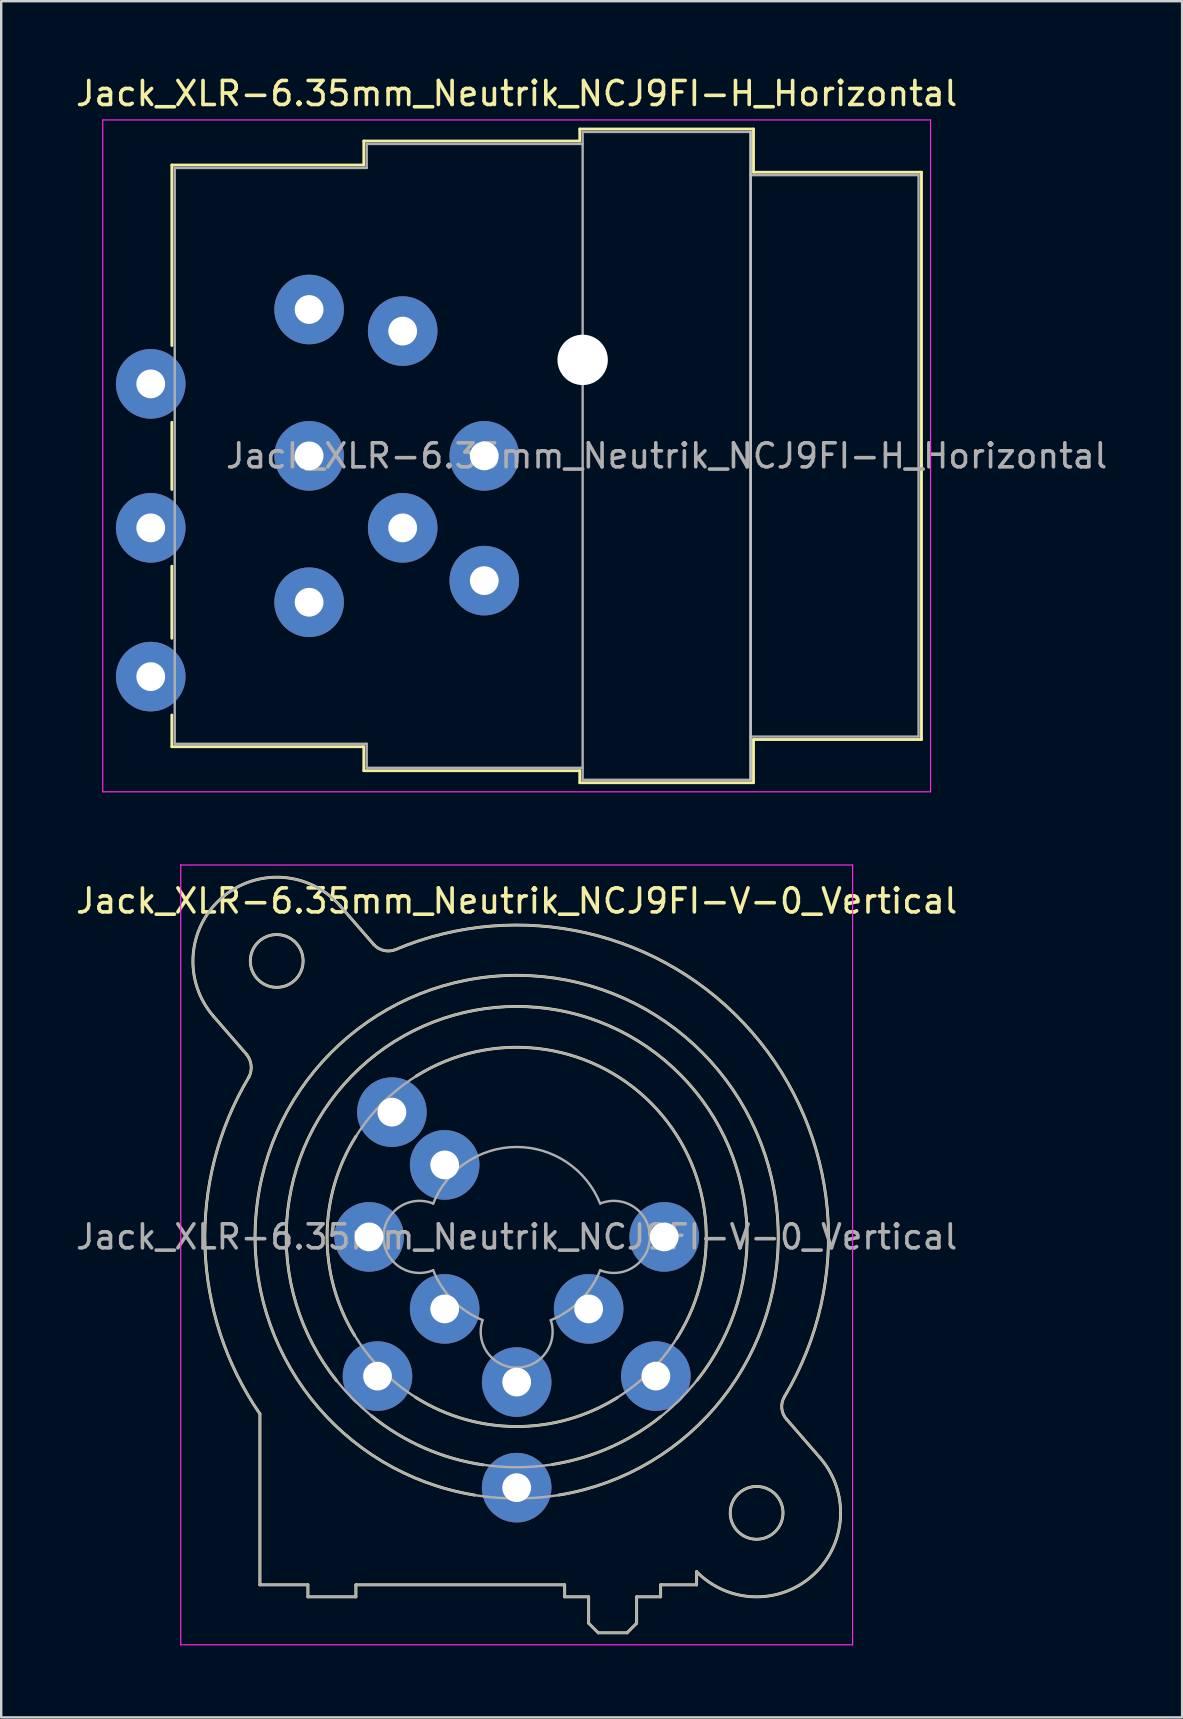
<source format=kicad_pcb>
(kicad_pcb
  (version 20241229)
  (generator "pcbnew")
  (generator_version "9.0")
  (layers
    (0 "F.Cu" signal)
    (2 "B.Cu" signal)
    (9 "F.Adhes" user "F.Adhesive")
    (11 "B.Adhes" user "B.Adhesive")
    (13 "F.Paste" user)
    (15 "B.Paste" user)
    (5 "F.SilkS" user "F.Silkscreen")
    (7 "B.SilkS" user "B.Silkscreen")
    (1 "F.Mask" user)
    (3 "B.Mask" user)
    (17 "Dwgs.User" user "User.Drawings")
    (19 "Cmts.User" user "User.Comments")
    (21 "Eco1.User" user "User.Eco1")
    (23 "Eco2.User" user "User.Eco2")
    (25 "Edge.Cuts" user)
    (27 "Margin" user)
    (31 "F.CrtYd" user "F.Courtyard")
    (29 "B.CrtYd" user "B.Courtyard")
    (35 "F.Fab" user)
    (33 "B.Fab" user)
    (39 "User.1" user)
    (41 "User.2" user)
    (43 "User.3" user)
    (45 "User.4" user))
  (footprint "Jack_XLR-6.35mm_Neutrik_NCJ9FI-H_Horizontal"
    (layer "F.Cu")
    (at 9.832 9.848)
    (property "Reference" "Jack_XLR-6.35mm_Neutrik_NCJ9FI-H_Horizontal" (at 8.65 -9 0) (layer "F.SilkS") (effects (font (size 1 1) (thickness 0.15))))
    (attr through_hole)
    (fp_line (start -5.72 -6.02) (end -5.72 1.5) (stroke (width 0.12) (type solid)) (layer "F.SilkS"))
    (fp_line (start -5.72 4.7) (end -5.72 7.5) (stroke (width 0.12) (type solid)) (layer "F.SilkS"))
    (fp_line (start -5.72 10.7) (end -5.72 13.7) (stroke (width 0.12) (type solid)) (layer "F.SilkS"))
    (fp_line (start -5.72 16.9) (end -5.72 18.22) (stroke (width 0.12) (type solid)) (layer "F.SilkS"))
    (fp_line (start 2.28 -7.02) (end 2.28 -6.02) (stroke (width 0.12) (type solid)) (layer "F.SilkS"))
    (fp_line (start 2.28 -6.02) (end -5.72 -6.02) (stroke (width 0.12) (type solid)) (layer "F.SilkS"))
    (fp_line (start 2.28 18.22) (end -5.72 18.22) (stroke (width 0.12) (type solid)) (layer "F.SilkS"))
    (fp_line (start 2.28 19.22) (end 2.28 18.22) (stroke (width 0.12) (type solid)) (layer "F.SilkS"))
    (fp_line (start 11.28 -7.02) (end 2.28 -7.02) (stroke (width 0.12) (type solid)) (layer "F.SilkS"))
    (fp_line (start 11.28 -7.02) (end 11.28 -7.52) (stroke (width 0.12) (type solid)) (layer "F.SilkS"))
    (fp_line (start 11.28 19.22) (end 2.28 19.22) (stroke (width 0.12) (type solid)) (layer "F.SilkS"))
    (fp_line (start 11.28 19.72) (end 11.28 19.22) (stroke (width 0.12) (type solid)) (layer "F.SilkS"))
    (fp_line (start 18.52 -7.52) (end 11.28 -7.52) (stroke (width 0.12) (type solid)) (layer "F.SilkS"))
    (fp_line (start 18.52 -7.52) (end 18.52 -5.72) (stroke (width 0.12) (type solid)) (layer "F.SilkS"))
    (fp_line (start 18.52 -5.72) (end 25.52 -5.72) (stroke (width 0.12) (type solid)) (layer "F.SilkS"))
    (fp_line (start 18.52 17.92) (end 18.52 19.72) (stroke (width 0.12) (type solid)) (layer "F.SilkS"))
    (fp_line (start 18.52 17.92) (end 25.52 17.92) (stroke (width 0.12) (type solid)) (layer "F.SilkS"))
    (fp_line (start 18.52 19.72) (end 11.28 19.72) (stroke (width 0.12) (type solid)) (layer "F.SilkS"))
    (fp_line (start 25.52 -5.72) (end 25.52 17.92) (stroke (width 0.12) (type solid)) (layer "F.SilkS"))
    (fp_line (start 18.4 -7.4) (end 18.4 19.6) (stroke (width 0.1) (type solid)) (layer "Dwgs.User"))
    (fp_line (start -8.6 -7.9) (end -8.6 20.1) (stroke (width 0.05) (type solid)) (layer "F.CrtYd"))
    (fp_line (start 25.9 -7.9) (end -8.6 -7.9) (stroke (width 0.05) (type solid)) (layer "F.CrtYd"))
    (fp_line (start 25.9 -7.9) (end 25.9 20.1) (stroke (width 0.05) (type solid)) (layer "F.CrtYd"))
    (fp_line (start 25.9 20.1) (end -8.6 20.1) (stroke (width 0.05) (type solid)) (layer "F.CrtYd"))
    (fp_line (start -5.6 -5.9) (end -5.6 18.1) (stroke (width 0.1) (type solid)) (layer "F.Fab"))
    (fp_line (start -5.6 18.1) (end 2.4 18.1) (stroke (width 0.1) (type solid)) (layer "F.Fab"))
    (fp_line (start 2.4 -6.9) (end 2.4 -5.9) (stroke (width 0.1) (type solid)) (layer "F.Fab"))
    (fp_line (start 2.4 -5.9) (end -5.6 -5.9) (stroke (width 0.1) (type solid)) (layer "F.Fab"))
    (fp_line (start 2.4 18.1) (end 2.4 19.1) (stroke (width 0.1) (type solid)) (layer "F.Fab"))
    (fp_line (start 2.4 19.1) (end 11.4 19.1) (stroke (width 0.1) (type solid)) (layer "F.Fab"))
    (fp_line (start 11.4 -7.4) (end 18.4 -7.4) (stroke (width 0.1) (type solid)) (layer "F.Fab"))
    (fp_line (start 11.4 -6.9) (end 2.4 -6.9) (stroke (width 0.1) (type solid)) (layer "F.Fab"))
    (fp_line (start 11.4 19.6) (end 11.4 -7.4) (stroke (width 0.1) (type solid)) (layer "F.Fab"))
    (fp_line (start 18.4 -7.4) (end 18.4 19.6) (stroke (width 0.1) (type solid)) (layer "F.Fab"))
    (fp_line (start 18.4 -5.6) (end 25.4 -5.6) (stroke (width 0.1) (type solid)) (layer "F.Fab"))
    (fp_line (start 18.4 19.6) (end 11.4 19.6) (stroke (width 0.1) (type solid)) (layer "F.Fab"))
    (fp_line (start 25.4 -5.6) (end 25.4 17.8) (stroke (width 0.1) (type solid)) (layer "F.Fab"))
    (fp_line (start 25.4 17.8) (end 18.4 17.8) (stroke (width 0.1) (type solid)) (layer "F.Fab"))
    (fp_text user "${REFERENCE}" (at 14.9 6.1 0) (layer "F.Fab") (effects (font (size 1 1) (thickness 0.15))))
    (pad "" np_thru_hole circle (at 11.4 2.1) (size 2.1 2.1) (drill 2.1) (layers "*.Cu" "*.Mask"))
    (pad "1" thru_hole circle (at 0 0) (size 2.9 2.9) (drill 1.2) (layers "*.Cu" "*.Mask"))
    (pad "2" thru_hole circle (at 0 12.2) (size 2.9 2.9) (drill 1.2) (layers "*.Cu" "*.Mask"))
    (pad "3" thru_hole circle (at 0 6.1) (size 2.9 2.9) (drill 1.2) (layers "*.Cu" "*.Mask"))
    (pad "G" thru_hole circle (at 7.3 6.1) (size 2.9 2.9) (drill 1.2) (layers "*.Cu" "*.Mask"))
    (pad "R" thru_hole circle (at 3.9 0.9) (size 2.9 2.9) (drill 1.2) (layers "*.Cu" "*.Mask"))
    (pad "RN" thru_hole circle (at -6.6 3.1) (size 2.9 2.9) (drill 1.2) (layers "*.Cu" "*.Mask"))
    (pad "S" thru_hole circle (at 7.3 11.3) (size 2.9 2.9) (drill 1.2) (layers "*.Cu" "*.Mask"))
    (pad "SN" thru_hole circle (at 3.9 9.1) (size 2.9 2.9) (drill 1.2) (layers "*.Cu" "*.Mask"))
    (pad "T" thru_hole circle (at -6.6 15.3) (size 2.9 2.9) (drill 1.2) (layers "*.Cu" "*.Mask"))
    (pad "TN" thru_hole circle (at -6.6 9.1) (size 2.9 2.9) (drill 1.2) (layers "*.Cu" "*.Mask")))
  (footprint "Jack_XLR-6.35mm_Neutrik_NCJ9FI-V-0_Vertical"
    (layer "F.Cu")
    (at 24.632 48.498)
    (property "Reference" "Jack_XLR-6.35mm_Neutrik_NCJ9FI-V-0_Vertical" (at -6.15 -14 0) (layer "F.SilkS") (effects (font (size 1 1) (thickness 0.15))))
    (attr through_hole)
    (fp_line (start -17.4 -7.6) (end -18.79 -9.2) (stroke (width 0.12) (type solid)) (layer "F.SilkS"))
    (fp_line (start -16.85 14.5) (end -16.85 7.38) (stroke (width 0.12) (type solid)) (layer "F.SilkS"))
    (fp_line (start -14.85 14.5) (end -16.85 14.5) (stroke (width 0.12) (type solid)) (layer "F.SilkS"))
    (fp_line (start -14.85 14.5) (end -14.85 15) (stroke (width 0.12) (type solid)) (layer "F.SilkS"))
    (fp_line (start -13.51 -13.8) (end -12.11 -12.19) (stroke (width 0.12) (type solid)) (layer "F.SilkS"))
    (fp_line (start -12.85 14.5) (end -12.85 15) (stroke (width 0.12) (type solid)) (layer "F.SilkS"))
    (fp_line (start -12.85 15) (end -14.85 15) (stroke (width 0.12) (type solid)) (layer "F.SilkS"))
    (fp_line (start -4.15 14.5) (end -12.85 14.5) (stroke (width 0.12) (type solid)) (layer "F.SilkS"))
    (fp_line (start -4.15 14.5) (end -4.15 15) (stroke (width 0.12) (type solid)) (layer "F.SilkS"))
    (fp_line (start -3.15 15) (end -4.15 15) (stroke (width 0.12) (type solid)) (layer "F.SilkS"))
    (fp_line (start -3.15 15) (end -3.15 16.1) (stroke (width 0.12) (type solid)) (layer "F.SilkS"))
    (fp_line (start -3.15 16.1) (end -2.75 16.5) (stroke (width 0.12) (type solid)) (layer "F.SilkS"))
    (fp_line (start -1.55 16.5) (end -2.75 16.5) (stroke (width 0.12) (type solid)) (layer "F.SilkS"))
    (fp_line (start -1.15 15) (end -1.15 16.1) (stroke (width 0.12) (type solid)) (layer "F.SilkS"))
    (fp_line (start -1.15 16.1) (end -1.55 16.5) (stroke (width 0.12) (type solid)) (layer "F.SilkS"))
    (fp_line (start -0.15 14.5) (end -0.15 15) (stroke (width 0.12) (type solid)) (layer "F.SilkS"))
    (fp_line (start -0.15 15) (end -1.15 15) (stroke (width 0.12) (type solid)) (layer "F.SilkS"))
    (fp_line (start 1.35 13.95) (end 1.35 14.5) (stroke (width 0.12) (type solid)) (layer "F.SilkS"))
    (fp_line (start 1.35 14.5) (end -0.15 14.5) (stroke (width 0.12) (type solid)) (layer "F.SilkS"))
    (fp_line (start 5.1 7.6) (end 6.49 9.2) (stroke (width 0.12) (type solid)) (layer "F.SilkS"))
    (fp_arc (start -18.79 -9.2) (mid -18.45 -14.14) (end -13.51 -13.8) (stroke (width 0.12) (type solid)) (layer "F.SilkS"))
    (fp_arc (start -17.400452 -7.59955) (mid -17.216295 -7.14315) (end -17.31 -6.66) (stroke (width 0.12) (type solid)) (layer "F.SilkS"))
    (fp_arc (start -16.851206 7.374645) (mid -19.139261 0.42462) (end -17.31 -6.66) (stroke (width 0.12) (type solid)) (layer "F.SilkS"))
    (fp_arc (start -13.65 6) (mid -6.168408 -9.604669) (end 1.372943 5.971208) (stroke (width 0.12) (type solid)) (layer "F.SilkS"))
    (fp_arc (start -12.9 4.11) (mid -14.052663 -0.0501) (end -12.847348 -4.195251) (stroke (width 0.12) (type solid)) (layer "F.SilkS"))
    (fp_arc (start -11.201352 -11.974349) (mid 3.655031 -8.530097) (end 5.01 6.66) (stroke (width 0.12) (type solid)) (layer "F.SilkS"))
    (fp_arc (start -11.177539 -11.981856) (mid -11.677484 -11.93489) (end -12.11 -12.19) (stroke (width 0.12) (type solid)) (layer "F.SilkS"))
    (fp_arc (start -10.34 -6.7) (mid -0.544787 -5.570251) (end 0.523653 4.231839) (stroke (width 0.12) (type solid)) (layer "F.SilkS"))
    (fp_arc (start -7.9 10.76) (mid -6.152346 -10.90138) (end -4.395368 10.759246) (stroke (width 0.12) (type solid)) (layer "F.SilkS"))
    (fp_arc (start -7.55 9.5) (mid -10.007174 8.793873) (end -12.190932 7.464391) (stroke (width 0.12) (type solid)) (layer "F.SilkS"))
    (fp_arc (start -1.96 6.7) (mid -6.167825 7.902264) (end -10.370184 6.681029) (stroke (width 0.12) (type solid)) (layer "F.SilkS"))
    (fp_arc (start -0.16 7.5) (mid -2.282236 8.784674) (end -4.662837 9.482534) (stroke (width 0.12) (type solid)) (layer "F.SilkS"))
    (fp_arc (start 5.109394 7.611661) (mid 4.900255 7.152483) (end 5.01 6.66) (stroke (width 0.12) (type solid)) (layer "F.SilkS"))
    (fp_arc (start 6.49 9.2) (mid 6.227307 14.070606) (end 1.351052 13.95252) (stroke (width 0.12) (type solid)) (layer "F.SilkS"))
    (fp_circle (center -16.15 -11.5) (end -15.05 -11.5) (stroke (width 0.12) (type solid)) (fill no) (layer "F.SilkS"))
    (fp_circle (center 3.85 11.5) (end 4.95 11.5) (stroke (width 0.12) (type solid)) (fill no) (layer "F.SilkS"))
    (fp_line (start -20.15 -15.5) (end 7.85 -15.5) (stroke (width 0.05) (type solid)) (layer "F.CrtYd"))
    (fp_line (start -20.15 17) (end -20.15 -15.5) (stroke (width 0.05) (type solid)) (layer "F.CrtYd"))
    (fp_line (start 7.85 -15.5) (end 7.85 17) (stroke (width 0.05) (type solid)) (layer "F.CrtYd"))
    (fp_line (start 7.85 17) (end -20.15 17) (stroke (width 0.05) (type solid)) (layer "F.CrtYd"))
    (fp_line (start -17.4 -7.6) (end -18.79 -9.2) (stroke (width 0.1) (type solid)) (layer "F.Fab"))
    (fp_line (start -16.85 14.5) (end -16.85 7.38) (stroke (width 0.1) (type solid)) (layer "F.Fab"))
    (fp_line (start -14.85 14.5) (end -16.85 14.5) (stroke (width 0.1) (type solid)) (layer "F.Fab"))
    (fp_line (start -14.85 14.5) (end -14.85 15) (stroke (width 0.1) (type solid)) (layer "F.Fab"))
    (fp_line (start -13.51 -13.8) (end -12.11 -12.19) (stroke (width 0.1) (type solid)) (layer "F.Fab"))
    (fp_line (start -12.85 14.5) (end -12.85 15) (stroke (width 0.1) (type solid)) (layer "F.Fab"))
    (fp_line (start -12.85 15) (end -14.85 15) (stroke (width 0.1) (type solid)) (layer "F.Fab"))
    (fp_line (start -4.15 14.5) (end -12.85 14.5) (stroke (width 0.1) (type solid)) (layer "F.Fab"))
    (fp_line (start -4.15 14.5) (end -4.15 15) (stroke (width 0.1) (type solid)) (layer "F.Fab"))
    (fp_line (start -3.15 15) (end -4.15 15) (stroke (width 0.1) (type solid)) (layer "F.Fab"))
    (fp_line (start -3.15 15) (end -3.15 16.1) (stroke (width 0.1) (type solid)) (layer "F.Fab"))
    (fp_line (start -3.15 16.1) (end -2.75 16.5) (stroke (width 0.1) (type solid)) (layer "F.Fab"))
    (fp_line (start -1.55 16.5) (end -2.75 16.5) (stroke (width 0.1) (type solid)) (layer "F.Fab"))
    (fp_line (start -1.15 15) (end -1.15 16.1) (stroke (width 0.1) (type solid)) (layer "F.Fab"))
    (fp_line (start -1.15 16.1) (end -1.55 16.5) (stroke (width 0.1) (type solid)) (layer "F.Fab"))
    (fp_line (start -0.15 14.5) (end -0.15 15) (stroke (width 0.1) (type solid)) (layer "F.Fab"))
    (fp_line (start -0.15 15) (end -1.15 15) (stroke (width 0.1) (type solid)) (layer "F.Fab"))
    (fp_line (start 1.35 13.95) (end 1.35 14.5) (stroke (width 0.1) (type solid)) (layer "F.Fab"))
    (fp_line (start 1.35 14.5) (end -0.15 14.5) (stroke (width 0.1) (type solid)) (layer "F.Fab"))
    (fp_line (start 5.1 7.6) (end 6.49 9.2) (stroke (width 0.1) (type solid)) (layer "F.Fab"))
    (fp_arc (start -18.79 -9.2) (mid -18.45 -14.14) (end -13.51 -13.8) (stroke (width 0.1) (type solid)) (layer "F.Fab"))
    (fp_arc (start -17.400452 -7.59955) (mid -17.216295 -7.14315) (end -17.31 -6.66) (stroke (width 0.1) (type solid)) (layer "F.Fab"))
    (fp_arc (start -16.851206 7.374645) (mid -19.139261 0.42462) (end -17.31 -6.66) (stroke (width 0.1) (type solid)) (layer "F.Fab"))
    (fp_arc (start -11.201352 -11.974349) (mid 3.655031 -8.530097) (end 5.01 6.66) (stroke (width 0.1) (type solid)) (layer "F.Fab"))
    (fp_arc (start -11.177539 -11.981856) (mid -11.677484 -11.93489) (end -12.11 -12.19) (stroke (width 0.1) (type solid)) (layer "F.Fab"))
    (fp_arc (start -9.634717 1.391925) (mid -11.702329 -0.002547) (end -9.63 -1.39) (stroke (width 0.1) (type solid)) (layer "F.Fab"))
    (fp_arc (start -9.631116 -1.387204) (mid -6.151505 -3.747333) (end -2.67 -1.39) (stroke (width 0.1) (type solid)) (layer "F.Fab"))
    (fp_arc (start -7.567529 3.468878) (mid -8.810241 2.639246) (end -9.63 1.39) (stroke (width 0.1) (type solid)) (layer "F.Fab"))
    (fp_arc (start -4.729599 3.471189) (mid -6.150627 5.448932) (end -7.57 3.47) (stroke (width 0.1) (type solid)) (layer "F.Fab"))
    (fp_arc (start -2.667476 1.389002) (mid -3.487046 2.639314) (end -4.73 3.47) (stroke (width 0.1) (type solid)) (layer "F.Fab"))
    (fp_arc (start -2.665283 -1.391925) (mid -0.597671 0.002547) (end -2.67 1.39) (stroke (width 0.1) (type solid)) (layer "F.Fab"))
    (fp_arc (start 5.109394 7.611661) (mid 4.900255 7.152483) (end 5.01 6.66) (stroke (width 0.1) (type solid)) (layer "F.Fab"))
    (fp_arc (start 6.49 9.2) (mid 6.227307 14.070606) (end 1.351052 13.95252) (stroke (width 0.1) (type solid)) (layer "F.Fab"))
    (fp_circle (center -16.15 -11.5) (end -15.05 -11.5) (stroke (width 0.1) (type solid)) (fill no) (layer "F.Fab"))
    (fp_circle (center -6.15 0) (end 1.75 0) (stroke (width 0.1) (type solid)) (fill no) (layer "F.Fab"))
    (fp_circle (center -6.15 0) (end 3.45 0) (stroke (width 0.1) (type solid)) (fill no) (layer "F.Fab"))
    (fp_circle (center -6.15 0) (end 4.75 0) (stroke (width 0.1) (type solid)) (fill no) (layer "F.Fab"))
    (fp_circle (center 3.85 11.5) (end 4.95 11.5) (stroke (width 0.1) (type solid)) (fill no) (layer "F.Fab"))
    (fp_text user "${REFERENCE}" (at -6.15 0 0) (layer "F.Fab") (effects (font (size 1 1) (thickness 0.15))))
    (pad "1" thru_hole circle (at 0 0) (size 2.9 2.9) (drill 1.2) (layers "*.Cu" "*.Mask"))
    (pad "2" thru_hole circle (at -12.3 0) (size 2.9 2.9) (drill 1.2) (layers "*.Cu" "*.Mask"))
    (pad "3" thru_hole circle (at -6.15 6.05) (size 2.9 2.9) (drill 1.2) (layers "*.Cu" "*.Mask"))
    (pad "G" thru_hole circle (at -6.15 10.45) (size 2.9 2.9) (drill 1.2) (layers "*.Cu" "*.Mask"))
    (pad "R" thru_hole circle (at -0.35 5.8) (size 2.9 2.9) (drill 1.2) (layers "*.Cu" "*.Mask"))
    (pad "RN" thru_hole circle (at -3.15 3) (size 2.9 2.9) (drill 1.2) (layers "*.Cu" "*.Mask"))
    (pad "S" thru_hole circle (at -11.95 5.8) (size 2.9 2.9) (drill 1.2) (layers "*.Cu" "*.Mask"))
    (pad "SN" thru_hole circle (at -9.15 3) (size 2.9 2.9) (drill 1.2) (layers "*.Cu" "*.Mask"))
    (pad "T" thru_hole circle (at -11.35 -5.2) (size 2.9 2.9) (drill 1.2) (layers "*.Cu" "*.Mask"))
    (pad "TN" thru_hole circle (at -9.15 -3) (size 2.9 2.9) (drill 1.2) (layers "*.Cu" "*.Mask")))
  (gr_rect
    (start -3 -3)
    (end 46.214 68.523)
    (stroke (width 0.1) (type default))
    (fill no)
    (layer "Edge.Cuts")))
</source>
